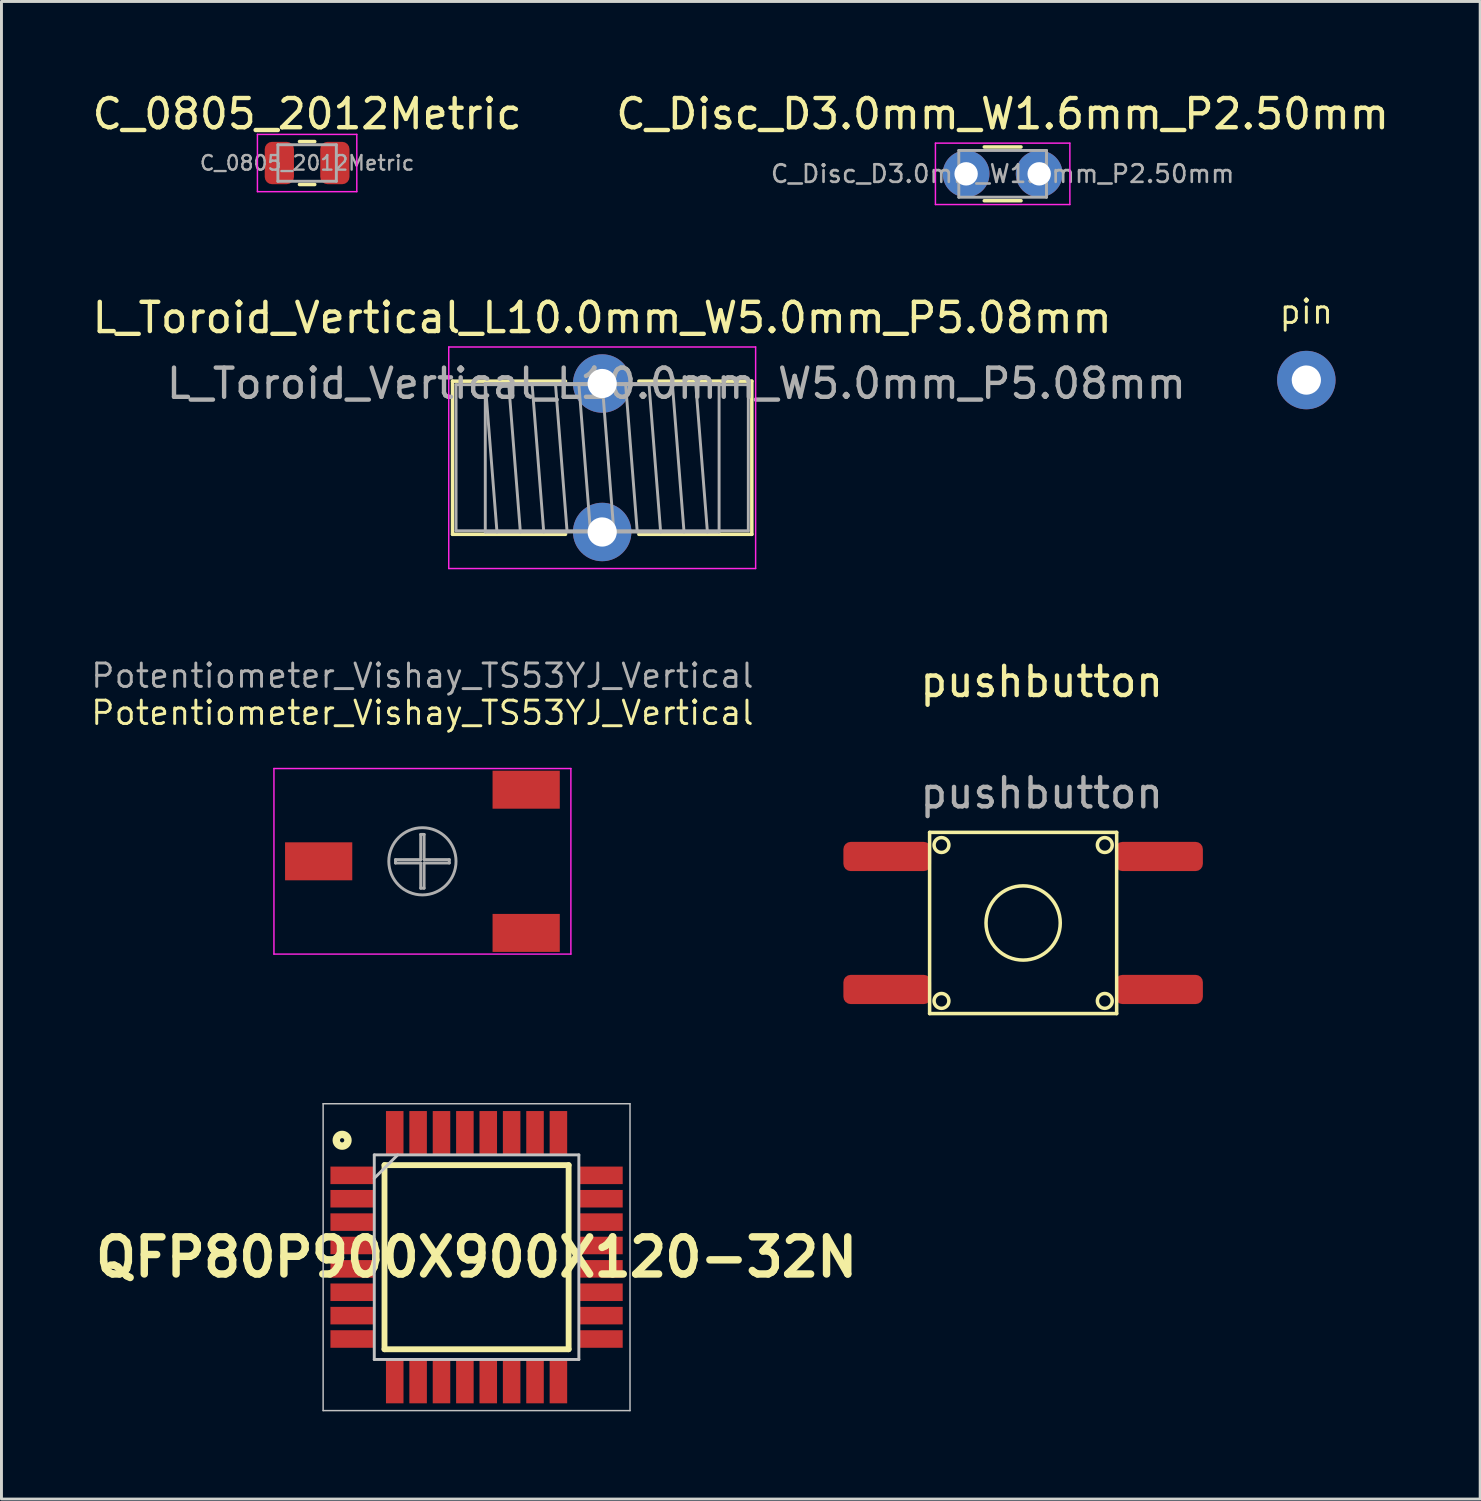
<source format=kicad_pcb>
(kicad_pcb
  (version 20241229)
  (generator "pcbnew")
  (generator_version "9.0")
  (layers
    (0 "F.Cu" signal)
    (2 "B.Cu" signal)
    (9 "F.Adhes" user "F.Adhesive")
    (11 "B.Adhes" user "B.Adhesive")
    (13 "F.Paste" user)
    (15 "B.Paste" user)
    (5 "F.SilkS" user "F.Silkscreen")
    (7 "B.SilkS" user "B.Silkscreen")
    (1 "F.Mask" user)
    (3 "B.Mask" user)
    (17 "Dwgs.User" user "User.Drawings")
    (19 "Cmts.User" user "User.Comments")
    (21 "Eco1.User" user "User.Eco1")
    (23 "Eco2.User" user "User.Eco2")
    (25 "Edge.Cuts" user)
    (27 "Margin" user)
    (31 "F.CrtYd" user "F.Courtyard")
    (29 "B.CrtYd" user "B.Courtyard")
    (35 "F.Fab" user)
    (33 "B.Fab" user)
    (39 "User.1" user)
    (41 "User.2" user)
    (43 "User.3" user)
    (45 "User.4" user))
  (footprint "L_Toroid_Vertical_L10.0mm_W5.0mm_P5.08mm"
    (layer "F.Cu")
    (at 17.554 10.072)
    (property "Reference" "L_Toroid_Vertical_L10.0mm_W5.0mm_P5.08mm" (at 0 -2.25 0) (layer "F.SilkS") (effects (font (size 1 1) (thickness 0.15))))
    (attr through_hole)
    (fp_line (start -5.12 -0.08) (end -5.12 5.16) (stroke (width 0.12) (type solid)) (layer "F.SilkS"))
    (fp_line (start -5.12 -0.08) (end -1.255 -0.08) (stroke (width 0.12) (type solid)) (layer "F.SilkS"))
    (fp_line (start -5.12 5.16) (end -1.255 5.16) (stroke (width 0.12) (type solid)) (layer "F.SilkS"))
    (fp_line (start 1.255 -0.08) (end 5.12 -0.08) (stroke (width 0.12) (type solid)) (layer "F.SilkS"))
    (fp_line (start 1.255 5.16) (end 5.12 5.16) (stroke (width 0.12) (type solid)) (layer "F.SilkS"))
    (fp_line (start 5.12 -0.08) (end 5.12 5.16) (stroke (width 0.12) (type solid)) (layer "F.SilkS"))
    (fp_line (start -5.25 -1.25) (end -5.25 6.33) (stroke (width 0.05) (type solid)) (layer "F.CrtYd"))
    (fp_line (start -5.25 6.33) (end 5.25 6.33) (stroke (width 0.05) (type solid)) (layer "F.CrtYd"))
    (fp_line (start 5.25 -1.25) (end -5.25 -1.25) (stroke (width 0.05) (type solid)) (layer "F.CrtYd"))
    (fp_line (start 5.25 6.33) (end 5.25 -1.25) (stroke (width 0.05) (type solid)) (layer "F.CrtYd"))
    (fp_line (start -5 0.04) (end -5 5.04) (stroke (width 0.1) (type solid)) (layer "F.Fab"))
    (fp_line (start -5 5.04) (end 5 5.04) (stroke (width 0.1) (type solid)) (layer "F.Fab"))
    (fp_line (start -4 0) (end -4 5.08) (stroke (width 0.1) (type solid)) (layer "F.Fab"))
    (fp_line (start -4 0) (end -3.6 5.08) (stroke (width 0.1) (type solid)) (layer "F.Fab"))
    (fp_line (start -4 5.08) (end 4 5.08) (stroke (width 0.1) (type solid)) (layer "F.Fab"))
    (fp_line (start -3.2 0) (end -2.8 5.08) (stroke (width 0.1) (type solid)) (layer "F.Fab"))
    (fp_line (start -2.4 0) (end -2 5.08) (stroke (width 0.1) (type solid)) (layer "F.Fab"))
    (fp_line (start -1.6 0) (end -1.2 5.08) (stroke (width 0.1) (type solid)) (layer "F.Fab"))
    (fp_line (start -0.8 0) (end -0.4 5.08) (stroke (width 0.1) (type solid)) (layer "F.Fab"))
    (fp_line (start 0 0) (end 0.4 5.08) (stroke (width 0.1) (type solid)) (layer "F.Fab"))
    (fp_line (start 0.8 0) (end 1.2 5.08) (stroke (width 0.1) (type solid)) (layer "F.Fab"))
    (fp_line (start 1.6 0) (end 2 5.08) (stroke (width 0.1) (type solid)) (layer "F.Fab"))
    (fp_line (start 2.4 0) (end 2.8 5.08) (stroke (width 0.1) (type solid)) (layer "F.Fab"))
    (fp_line (start 3.2 0) (end 3.6 5.08) (stroke (width 0.1) (type solid)) (layer "F.Fab"))
    (fp_line (start 4 0) (end -4 0) (stroke (width 0.1) (type solid)) (layer "F.Fab"))
    (fp_line (start 4 5.08) (end 4 0) (stroke (width 0.1) (type solid)) (layer "F.Fab"))
    (fp_line (start 5 0.04) (end -5 0.04) (stroke (width 0.1) (type solid)) (layer "F.Fab"))
    (fp_line (start 5 5.04) (end 5 0.04) (stroke (width 0.1) (type solid)) (layer "F.Fab"))
    (fp_text user "${REFERENCE}" (at 2.54 0 0) (layer "F.Fab") (effects (font (size 1 1) (thickness 0.15))))
    (pad "1" thru_hole circle (at 0 0) (size 2 2) (drill 1) (layers "*.Cu" "*.Mask"))
    (pad "2" thru_hole circle (at 0 5.08) (size 2 2) (drill 1) (layers "*.Cu" "*.Mask")))
  (footprint "pushbutton"
    (layer "F.Cu")
    (at 31.957 28.53)
    (property "Reference" "pushbutton" (at 0.635 -8.255 0) (unlocked yes) (layer "F.SilkS") (effects (font (size 1 1) (thickness 0.15))))
    (attr smd)
    (fp_line (start -3.2 -3.1) (end -3.2 3.1) (stroke (width 0.12) (type solid)) (layer "F.SilkS"))
    (fp_line (start -3.2 -3.1) (end 3.2 -3.1) (stroke (width 0.12) (type solid)) (layer "F.SilkS"))
    (fp_line (start -3.2 3.1) (end 3.2 3.1) (stroke (width 0.12) (type solid)) (layer "F.SilkS"))
    (fp_line (start 3.2 -3.1) (end 3.2 3.1) (stroke (width 0.12) (type solid)) (layer "F.SilkS"))
    (fp_circle (center -2.794 -2.667) (end -2.54 -2.667) (stroke (width 0.12) (type solid)) (fill no) (layer "F.SilkS"))
    (fp_circle (center -2.794 2.667) (end -2.54 2.667) (stroke (width 0.12) (type solid)) (fill no) (layer "F.SilkS"))
    (fp_circle (center 0 0) (end -1.27 0) (stroke (width 0.12) (type solid)) (fill no) (layer "F.SilkS"))
    (fp_circle (center 2.794 -2.667) (end 3.048 -2.667) (stroke (width 0.12) (type solid)) (fill no) (layer "F.SilkS"))
    (fp_circle (center 2.794 2.667) (end 3.048 2.667) (stroke (width 0.12) (type solid)) (fill no) (layer "F.SilkS"))
    (fp_text user "${REFERENCE}" (at 0.635 -4.445 0) (unlocked yes) (layer "F.Fab") (effects (font (size 1 1) (thickness 0.15))))
    (pad "1" smd roundrect (at -4.65 -2.275) (size 3 1) (layers "F.Cu" "F.Mask" "F.Paste") (roundrect_rratio 0.25))
    (pad "2" smd roundrect (at 4.65 -2.275) (size 3 1) (layers "F.Cu" "F.Mask" "F.Paste") (roundrect_rratio 0.25))
    (pad "3" smd roundrect (at -4.65 2.275) (size 3 1) (layers "F.Cu" "F.Mask" "F.Paste") (roundrect_rratio 0.25))
    (pad "4" smd roundrect (at 4.65 2.275) (size 3 1) (layers "F.Cu" "F.Mask" "F.Paste") (roundrect_rratio 0.25)))
  (footprint "C_0805_2012Metric"
    (layer "F.Cu")
    (at 7.458 2.528)
    (property "Reference" "C_0805_2012Metric" (at 0 -1.68 0) (layer "F.SilkS") (effects (font (size 1 1) (thickness 0.15))))
    (attr smd)
    (fp_line (start -0.261 -0.735) (end 0.261 -0.735) (stroke (width 0.12) (type solid)) (layer "F.SilkS"))
    (fp_line (start -0.261 0.735) (end 0.261 0.735) (stroke (width 0.12) (type solid)) (layer "F.SilkS"))
    (fp_line (start -1.7 -0.98) (end 1.7 -0.98) (stroke (width 0.05) (type solid)) (layer "F.CrtYd"))
    (fp_line (start -1.7 0.98) (end -1.7 -0.98) (stroke (width 0.05) (type solid)) (layer "F.CrtYd"))
    (fp_line (start 1.7 -0.98) (end 1.7 0.98) (stroke (width 0.05) (type solid)) (layer "F.CrtYd"))
    (fp_line (start 1.7 0.98) (end -1.7 0.98) (stroke (width 0.05) (type solid)) (layer "F.CrtYd"))
    (fp_line (start -1 -0.625) (end 1 -0.625) (stroke (width 0.1) (type solid)) (layer "F.Fab"))
    (fp_line (start -1 0.625) (end -1 -0.625) (stroke (width 0.1) (type solid)) (layer "F.Fab"))
    (fp_line (start 1 -0.625) (end 1 0.625) (stroke (width 0.1) (type solid)) (layer "F.Fab"))
    (fp_line (start 1 0.625) (end -1 0.625) (stroke (width 0.1) (type solid)) (layer "F.Fab"))
    (fp_text user "${REFERENCE}" (at 0 0 0) (layer "F.Fab") (effects (font (size 0.5 0.5) (thickness 0.08))))
    (pad "1" smd roundrect (at -0.95 0) (size 1 1.45) (layers "F.Cu" "F.Mask" "F.Paste") (roundrect_rratio 0.25))
    (pad "2" smd roundrect (at 0.95 0) (size 1 1.45) (layers "F.Cu" "F.Mask" "F.Paste") (roundrect_rratio 0.25)))
  (footprint "Potentiometer_Vishay_TS53YJ_Vertical"
    (layer "F.Cu")
    (at 11.403 26.42)
    (property "Reference" "Potentiometer_Vishay_TS53YJ_Vertical" (at 0 -5.08 0) (layer "F.SilkS") (effects (font (size 0.8 0.8) (thickness 0.1))))
    (attr smd)
    (fp_line (start -5.08 -3.175) (end -5.08 3.175) (stroke (width 0.05) (type solid)) (layer "F.CrtYd"))
    (fp_line (start -5.08 3.175) (end 5.08 3.175) (stroke (width 0.05) (type solid)) (layer "F.CrtYd"))
    (fp_line (start 5.08 -3.175) (end -5.08 -3.175) (stroke (width 0.05) (type solid)) (layer "F.CrtYd"))
    (fp_line (start 5.08 3.175) (end 5.08 -3.175) (stroke (width 0.05) (type solid)) (layer "F.CrtYd"))
    (fp_line (start -0.92 -0.058) (end -0.058 -0.058) (stroke (width 0.1) (type solid)) (layer "F.Fab"))
    (fp_line (start -0.92 0.058) (end -0.92 -0.058) (stroke (width 0.1) (type solid)) (layer "F.Fab"))
    (fp_line (start -0.058 -0.92) (end 0.058 -0.92) (stroke (width 0.1) (type solid)) (layer "F.Fab"))
    (fp_line (start -0.058 -0.058) (end -0.058 -0.92) (stroke (width 0.1) (type solid)) (layer "F.Fab"))
    (fp_line (start -0.058 0.058) (end -0.92 0.058) (stroke (width 0.1) (type solid)) (layer "F.Fab"))
    (fp_line (start -0.058 0.92) (end -0.058 0.058) (stroke (width 0.1) (type solid)) (layer "F.Fab"))
    (fp_line (start 0.058 -0.92) (end 0.058 -0.058) (stroke (width 0.1) (type solid)) (layer "F.Fab"))
    (fp_line (start 0.058 -0.058) (end 0.92 -0.058) (stroke (width 0.1) (type solid)) (layer "F.Fab"))
    (fp_line (start 0.058 0.058) (end 0.058 0.92) (stroke (width 0.1) (type solid)) (layer "F.Fab"))
    (fp_line (start 0.058 0.92) (end -0.058 0.92) (stroke (width 0.1) (type solid)) (layer "F.Fab"))
    (fp_line (start 0.92 -0.058) (end 0.92 0.058) (stroke (width 0.1) (type solid)) (layer "F.Fab"))
    (fp_line (start 0.92 0.058) (end 0.058 0.058) (stroke (width 0.1) (type solid)) (layer "F.Fab"))
    (fp_circle (center 0 0) (end 1.15 0) (stroke (width 0.1) (type solid)) (fill no) (layer "F.Fab"))
    (fp_text user "${REFERENCE}" (at 0 -6.35 0) (layer "F.Fab") (effects (font (size 0.8 0.8) (thickness 0.1))))
    (pad "1" smd rect (at 3.55 -2.45) (size 2.3 1.3) (layers "F.Cu" "F.Mask" "F.Paste"))
    (pad "2" smd rect (at -3.55 0) (size 2.3 1.3) (layers "F.Cu" "F.Mask" "F.Paste"))
    (pad "3" smd rect (at 3.55 2.45) (size 2.3 1.3) (layers "F.Cu" "F.Mask" "F.Paste")))
  (footprint "QFP80P900X900X120-32N"
    (layer "F.Cu")
    (at 13.256 39.965)
    (property "Reference" "QFP80P900X900X120-32N" (at 0 0 0) (layer "F.SilkS") (effects (font (size 1.27 1.27) (thickness 0.254))))
    (attr smd)
    (fp_line (start -3.15 -3.15) (end 3.15 -3.15) (stroke (width 0.2) (type solid)) (layer "F.SilkS"))
    (fp_line (start -3.15 3.15) (end -3.15 -3.15) (stroke (width 0.2) (type solid)) (layer "F.SilkS"))
    (fp_line (start 3.15 -3.15) (end 3.15 3.15) (stroke (width 0.2) (type solid)) (layer "F.SilkS"))
    (fp_line (start 3.15 3.15) (end -3.15 3.15) (stroke (width 0.2) (type solid)) (layer "F.SilkS"))
    (fp_circle (center -4.6 -4) (end -4.8 -4) (stroke (width 0.254) (type solid)) (fill no) (layer "F.SilkS"))
    (fp_line (start -5.25 -5.25) (end 5.25 -5.25) (stroke (width 0.05) (type solid)) (layer "Dwgs.User"))
    (fp_line (start -5.25 5.25) (end -5.25 -5.25) (stroke (width 0.05) (type solid)) (layer "Dwgs.User"))
    (fp_line (start -3.5 -3.5) (end 3.5 -3.5) (stroke (width 0.1) (type solid)) (layer "Dwgs.User"))
    (fp_line (start -3.5 -2.7) (end -2.7 -3.5) (stroke (width 0.1) (type solid)) (layer "Dwgs.User"))
    (fp_line (start -3.5 3.5) (end -3.5 -3.5) (stroke (width 0.1) (type solid)) (layer "Dwgs.User"))
    (fp_line (start 3.5 -3.5) (end 3.5 3.5) (stroke (width 0.1) (type solid)) (layer "Dwgs.User"))
    (fp_line (start 3.5 3.5) (end -3.5 3.5) (stroke (width 0.1) (type solid)) (layer "Dwgs.User"))
    (fp_line (start 5.25 -5.25) (end 5.25 5.25) (stroke (width 0.05) (type solid)) (layer "Dwgs.User"))
    (fp_line (start 5.25 5.25) (end -5.25 5.25) (stroke (width 0.05) (type solid)) (layer "Dwgs.User"))
    (pad "1" smd rect (at -4.25 -2.8 90) (size 0.6 1.5) (layers "F.Cu" "F.Mask" "F.Paste"))
    (pad "2" smd rect (at -4.25 -2 90) (size 0.6 1.5) (layers "F.Cu" "F.Mask" "F.Paste"))
    (pad "3" smd rect (at -4.25 -1.2 90) (size 0.6 1.5) (layers "F.Cu" "F.Mask" "F.Paste"))
    (pad "4" smd rect (at -4.25 -0.4 90) (size 0.6 1.5) (layers "F.Cu" "F.Mask" "F.Paste"))
    (pad "5" smd rect (at -4.25 0.4 90) (size 0.6 1.5) (layers "F.Cu" "F.Mask" "F.Paste"))
    (pad "6" smd rect (at -4.25 1.2 90) (size 0.6 1.5) (layers "F.Cu" "F.Mask" "F.Paste"))
    (pad "7" smd rect (at -4.25 2 90) (size 0.6 1.5) (layers "F.Cu" "F.Mask" "F.Paste"))
    (pad "8" smd rect (at -4.25 2.8 90) (size 0.6 1.5) (layers "F.Cu" "F.Mask" "F.Paste"))
    (pad "9" smd rect (at -2.8 4.25) (size 0.6 1.5) (layers "F.Cu" "F.Mask" "F.Paste"))
    (pad "10" smd rect (at -2 4.25) (size 0.6 1.5) (layers "F.Cu" "F.Mask" "F.Paste"))
    (pad "11" smd rect (at -1.2 4.25) (size 0.6 1.5) (layers "F.Cu" "F.Mask" "F.Paste"))
    (pad "12" smd rect (at -0.4 4.25) (size 0.6 1.5) (layers "F.Cu" "F.Mask" "F.Paste"))
    (pad "13" smd rect (at 0.4 4.25) (size 0.6 1.5) (layers "F.Cu" "F.Mask" "F.Paste"))
    (pad "14" smd rect (at 1.2 4.25) (size 0.6 1.5) (layers "F.Cu" "F.Mask" "F.Paste"))
    (pad "15" smd rect (at 2 4.25) (size 0.6 1.5) (layers "F.Cu" "F.Mask" "F.Paste"))
    (pad "16" smd rect (at 2.8 4.25) (size 0.6 1.5) (layers "F.Cu" "F.Mask" "F.Paste"))
    (pad "17" smd rect (at 4.25 2.8 90) (size 0.6 1.5) (layers "F.Cu" "F.Mask" "F.Paste"))
    (pad "18" smd rect (at 4.25 2 90) (size 0.6 1.5) (layers "F.Cu" "F.Mask" "F.Paste"))
    (pad "19" smd rect (at 4.25 1.2 90) (size 0.6 1.5) (layers "F.Cu" "F.Mask" "F.Paste"))
    (pad "20" smd rect (at 4.25 0.4 90) (size 0.6 1.5) (layers "F.Cu" "F.Mask" "F.Paste"))
    (pad "21" smd rect (at 4.25 -0.4 90) (size 0.6 1.5) (layers "F.Cu" "F.Mask" "F.Paste"))
    (pad "22" smd rect (at 4.25 -1.2 90) (size 0.6 1.5) (layers "F.Cu" "F.Mask" "F.Paste"))
    (pad "23" smd rect (at 4.25 -2 90) (size 0.6 1.5) (layers "F.Cu" "F.Mask" "F.Paste"))
    (pad "24" smd rect (at 4.25 -2.8 90) (size 0.6 1.5) (layers "F.Cu" "F.Mask" "F.Paste"))
    (pad "25" smd rect (at 2.8 -4.25) (size 0.6 1.5) (layers "F.Cu" "F.Mask" "F.Paste"))
    (pad "26" smd rect (at 2 -4.25) (size 0.6 1.5) (layers "F.Cu" "F.Mask" "F.Paste"))
    (pad "27" smd rect (at 1.2 -4.25) (size 0.6 1.5) (layers "F.Cu" "F.Mask" "F.Paste"))
    (pad "28" smd rect (at 0.4 -4.25) (size 0.6 1.5) (layers "F.Cu" "F.Mask" "F.Paste"))
    (pad "29" smd rect (at -0.4 -4.25) (size 0.6 1.5) (layers "F.Cu" "F.Mask" "F.Paste"))
    (pad "30" smd rect (at -1.2 -4.25) (size 0.6 1.5) (layers "F.Cu" "F.Mask" "F.Paste"))
    (pad "31" smd rect (at -2 -4.25) (size 0.6 1.5) (layers "F.Cu" "F.Mask" "F.Paste"))
    (pad "32" smd rect (at -2.8 -4.25) (size 0.6 1.5) (layers "F.Cu" "F.Mask" "F.Paste")))
  (footprint "C_Disc_D3.0mm_W1.6mm_P2.50mm"
    (layer "F.Cu")
    (at 30.006 2.898)
    (property "Reference" "C_Disc_D3.0mm_W1.6mm_P2.50mm" (at 1.25 -2.05 0) (layer "F.SilkS") (effects (font (size 1 1) (thickness 0.15))))
    (attr through_hole)
    (fp_line (start 0.621 -0.92) (end 1.879 -0.92) (stroke (width 0.12) (type solid)) (layer "F.SilkS"))
    (fp_line (start 0.621 0.92) (end 1.879 0.92) (stroke (width 0.12) (type solid)) (layer "F.SilkS"))
    (fp_line (start -1.05 -1.05) (end -1.05 1.05) (stroke (width 0.05) (type solid)) (layer "F.CrtYd"))
    (fp_line (start -1.05 1.05) (end 3.55 1.05) (stroke (width 0.05) (type solid)) (layer "F.CrtYd"))
    (fp_line (start 3.55 -1.05) (end -1.05 -1.05) (stroke (width 0.05) (type solid)) (layer "F.CrtYd"))
    (fp_line (start 3.55 1.05) (end 3.55 -1.05) (stroke (width 0.05) (type solid)) (layer "F.CrtYd"))
    (fp_line (start -0.25 -0.8) (end -0.25 0.8) (stroke (width 0.1) (type solid)) (layer "F.Fab"))
    (fp_line (start -0.25 0.8) (end 2.75 0.8) (stroke (width 0.1) (type solid)) (layer "F.Fab"))
    (fp_line (start 2.75 -0.8) (end -0.25 -0.8) (stroke (width 0.1) (type solid)) (layer "F.Fab"))
    (fp_line (start 2.75 0.8) (end 2.75 -0.8) (stroke (width 0.1) (type solid)) (layer "F.Fab"))
    (fp_text user "${REFERENCE}" (at 1.25 0 0) (layer "F.Fab") (effects (font (size 0.6 0.6) (thickness 0.09))))
    (pad "1" thru_hole circle (at 0 0) (size 1.6 1.6) (drill 0.8) (layers "*.Cu" "*.Mask"))
    (pad "2" thru_hole circle (at 2.5 0) (size 1.6 1.6) (drill 0.8) (layers "*.Cu" "*.Mask")))
  (footprint "pin"
    (layer "F.Cu")
    (at 41.647 10.157)
    (property "Reference" "pin" (at 0 -2.54 0) (layer "F.SilkS") (effects (font (size 0.8 0.8) (thickness 0.1))))
    (attr through_hole)
    (pad "1" thru_hole circle (at 0 -0.203) (size 2 2) (drill 1) (layers "*.Cu" "*.Mask")))
  (gr_rect
    (start -3 -3)
    (end 47.595 48.24)
    (stroke (width 0.1) (type default))
    (fill no)
    (layer "Edge.Cuts")))
</source>
